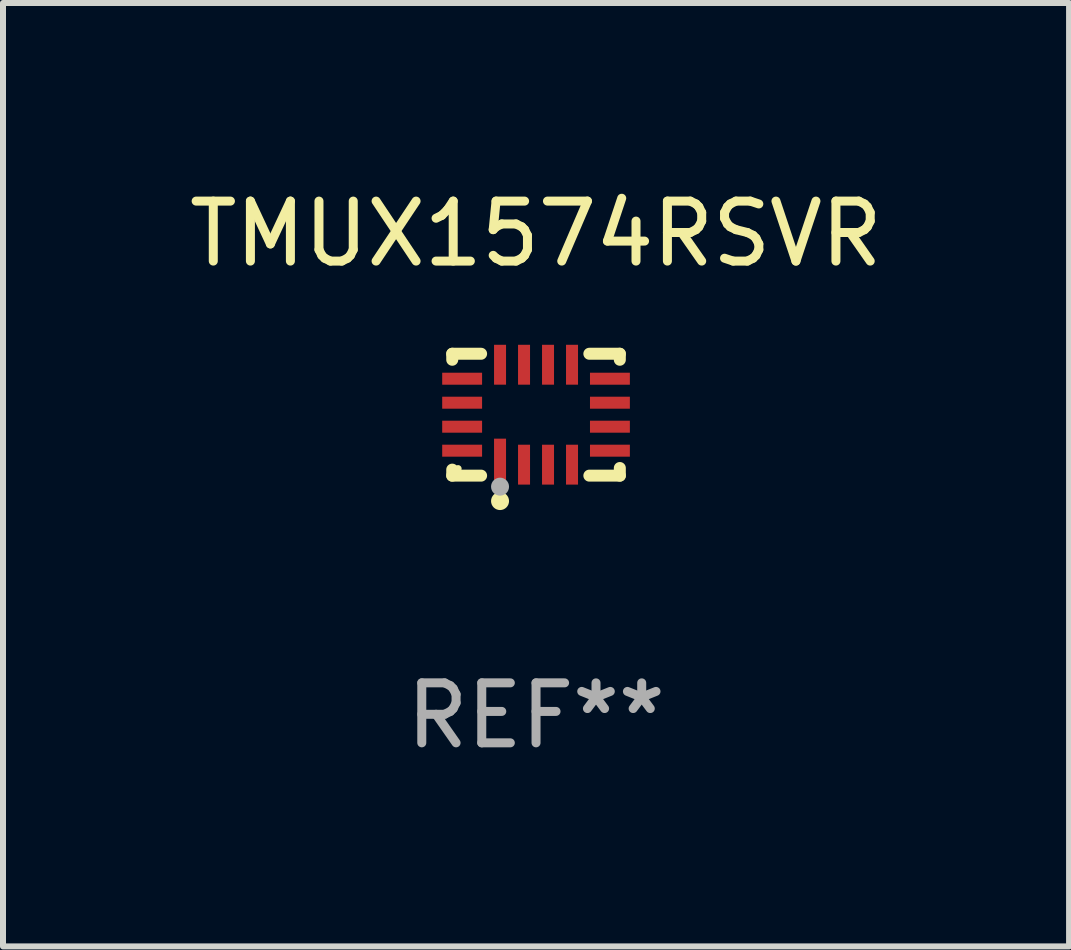
<source format=kicad_pcb>
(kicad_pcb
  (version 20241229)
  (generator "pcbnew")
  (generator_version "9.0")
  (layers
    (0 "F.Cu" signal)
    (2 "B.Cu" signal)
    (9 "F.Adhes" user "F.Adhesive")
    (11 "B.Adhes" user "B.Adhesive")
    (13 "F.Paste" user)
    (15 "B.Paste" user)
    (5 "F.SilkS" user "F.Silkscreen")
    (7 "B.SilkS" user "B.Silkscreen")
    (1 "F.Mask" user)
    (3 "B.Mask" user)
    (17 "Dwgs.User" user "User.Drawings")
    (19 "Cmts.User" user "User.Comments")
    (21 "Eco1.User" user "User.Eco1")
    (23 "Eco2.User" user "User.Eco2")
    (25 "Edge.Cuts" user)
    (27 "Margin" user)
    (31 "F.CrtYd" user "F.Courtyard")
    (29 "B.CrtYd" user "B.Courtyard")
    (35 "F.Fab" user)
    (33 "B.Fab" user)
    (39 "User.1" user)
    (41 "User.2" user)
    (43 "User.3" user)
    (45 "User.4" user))
  (footprint "TMUX1574RSVR"
    (layer "F.Cu")
    (at 5.887 3.864)
    (property "Reference" "TMUX1574RSVR" (at 0 -3.016 0) (layer "F.SilkS") (effects (font (size 1 1) (thickness 0.15))))
    (attr through_hole)
    (fp_line (start -1.397 -1.016) (end -1.397 -0.916) (stroke (width 0.2) (type solid)) (layer "F.SilkS"))
    (fp_line (start -1.397 0.916) (end -1.397 1.016) (stroke (width 0.2) (type solid)) (layer "F.SilkS"))
    (fp_line (start -1.397 1.016) (end -0.916 1.016) (stroke (width 0.2) (type solid)) (layer "F.SilkS"))
    (fp_line (start -0.916 -1.016) (end -1.397 -1.016) (stroke (width 0.2) (type solid)) (layer "F.SilkS"))
    (fp_line (start 0.889 -1.016) (end 1.397 -1.016) (stroke (width 0.2) (type solid)) (layer "F.SilkS"))
    (fp_line (start 1.397 -1.016) (end 1.397 -0.916) (stroke (width 0.2) (type solid)) (layer "F.SilkS"))
    (fp_line (start 1.397 0.889) (end 1.397 1.016) (stroke (width 0.2) (type solid)) (layer "F.SilkS"))
    (fp_line (start 1.397 1.016) (end 0.889 1.016) (stroke (width 0.2) (type solid)) (layer "F.SilkS"))
    (fp_circle (center -1.3 0.9) (end -1.27 0.9) (stroke (width 0.06) (type solid)) (fill no) (layer "F.SilkS"))
    (fp_circle (center -0.6 1.44) (end -0.525 1.44) (stroke (width 0.15) (type solid)) (fill no) (layer "F.SilkS"))
    (fp_circle (center -0.6 1.2) (end -0.525 1.2) (stroke (width 0.15) (type solid)) (fill no) (layer "F.Fab"))
    (fp_text user "REF**" (at 0 5.016 0) (layer "F.Fab") (effects (font (size 1 1) (thickness 0.15))))
    (pad "1" smd rect (at -0.6 0.782) (size 0.2 0.765) (layers "F.Cu" "F.Mask" "F.Paste"))
    (pad "2" smd rect (at -0.2 0.833) (size 0.2 0.665) (layers "F.Cu" "F.Mask" "F.Paste"))
    (pad "3" smd rect (at 0.2 0.833) (size 0.2 0.665) (layers "F.Cu" "F.Mask" "F.Paste"))
    (pad "4" smd rect (at 0.6 0.833) (size 0.2 0.665) (layers "F.Cu" "F.Mask" "F.Paste"))
    (pad "5" smd rect (at 1.232 0.6) (size 0.665 0.2) (layers "F.Cu" "F.Mask" "F.Paste"))
    (pad "6" smd rect (at 1.232 0.2) (size 0.665 0.2) (layers "F.Cu" "F.Mask" "F.Paste"))
    (pad "7" smd rect (at 1.232 -0.2) (size 0.665 0.2) (layers "F.Cu" "F.Mask" "F.Paste"))
    (pad "8" smd rect (at 1.232 -0.6) (size 0.665 0.2) (layers "F.Cu" "F.Mask" "F.Paste"))
    (pad "9" smd rect (at 0.6 -0.833) (size 0.2 0.665) (layers "F.Cu" "F.Mask" "F.Paste"))
    (pad "10" smd rect (at 0.2 -0.833) (size 0.2 0.665) (layers "F.Cu" "F.Mask" "F.Paste"))
    (pad "11" smd rect (at -0.2 -0.833) (size 0.2 0.665) (layers "F.Cu" "F.Mask" "F.Paste"))
    (pad "12" smd rect (at -0.6 -0.833) (size 0.2 0.665) (layers "F.Cu" "F.Mask" "F.Paste"))
    (pad "13" smd rect (at -1.232 -0.6) (size 0.665 0.2) (layers "F.Cu" "F.Mask" "F.Paste"))
    (pad "14" smd rect (at -1.232 -0.2) (size 0.665 0.2) (layers "F.Cu" "F.Mask" "F.Paste"))
    (pad "15" smd rect (at -1.232 0.2) (size 0.665 0.2) (layers "F.Cu" "F.Mask" "F.Paste"))
    (pad "16" smd rect (at -1.232 0.6) (size 0.665 0.2) (layers "F.Cu" "F.Mask" "F.Paste")))
  (gr_rect
    (start -3 -3)
    (end 14.774 12.729)
    (stroke (width 0.1) (type default))
    (fill no)
    (layer "Edge.Cuts")))
</source>
